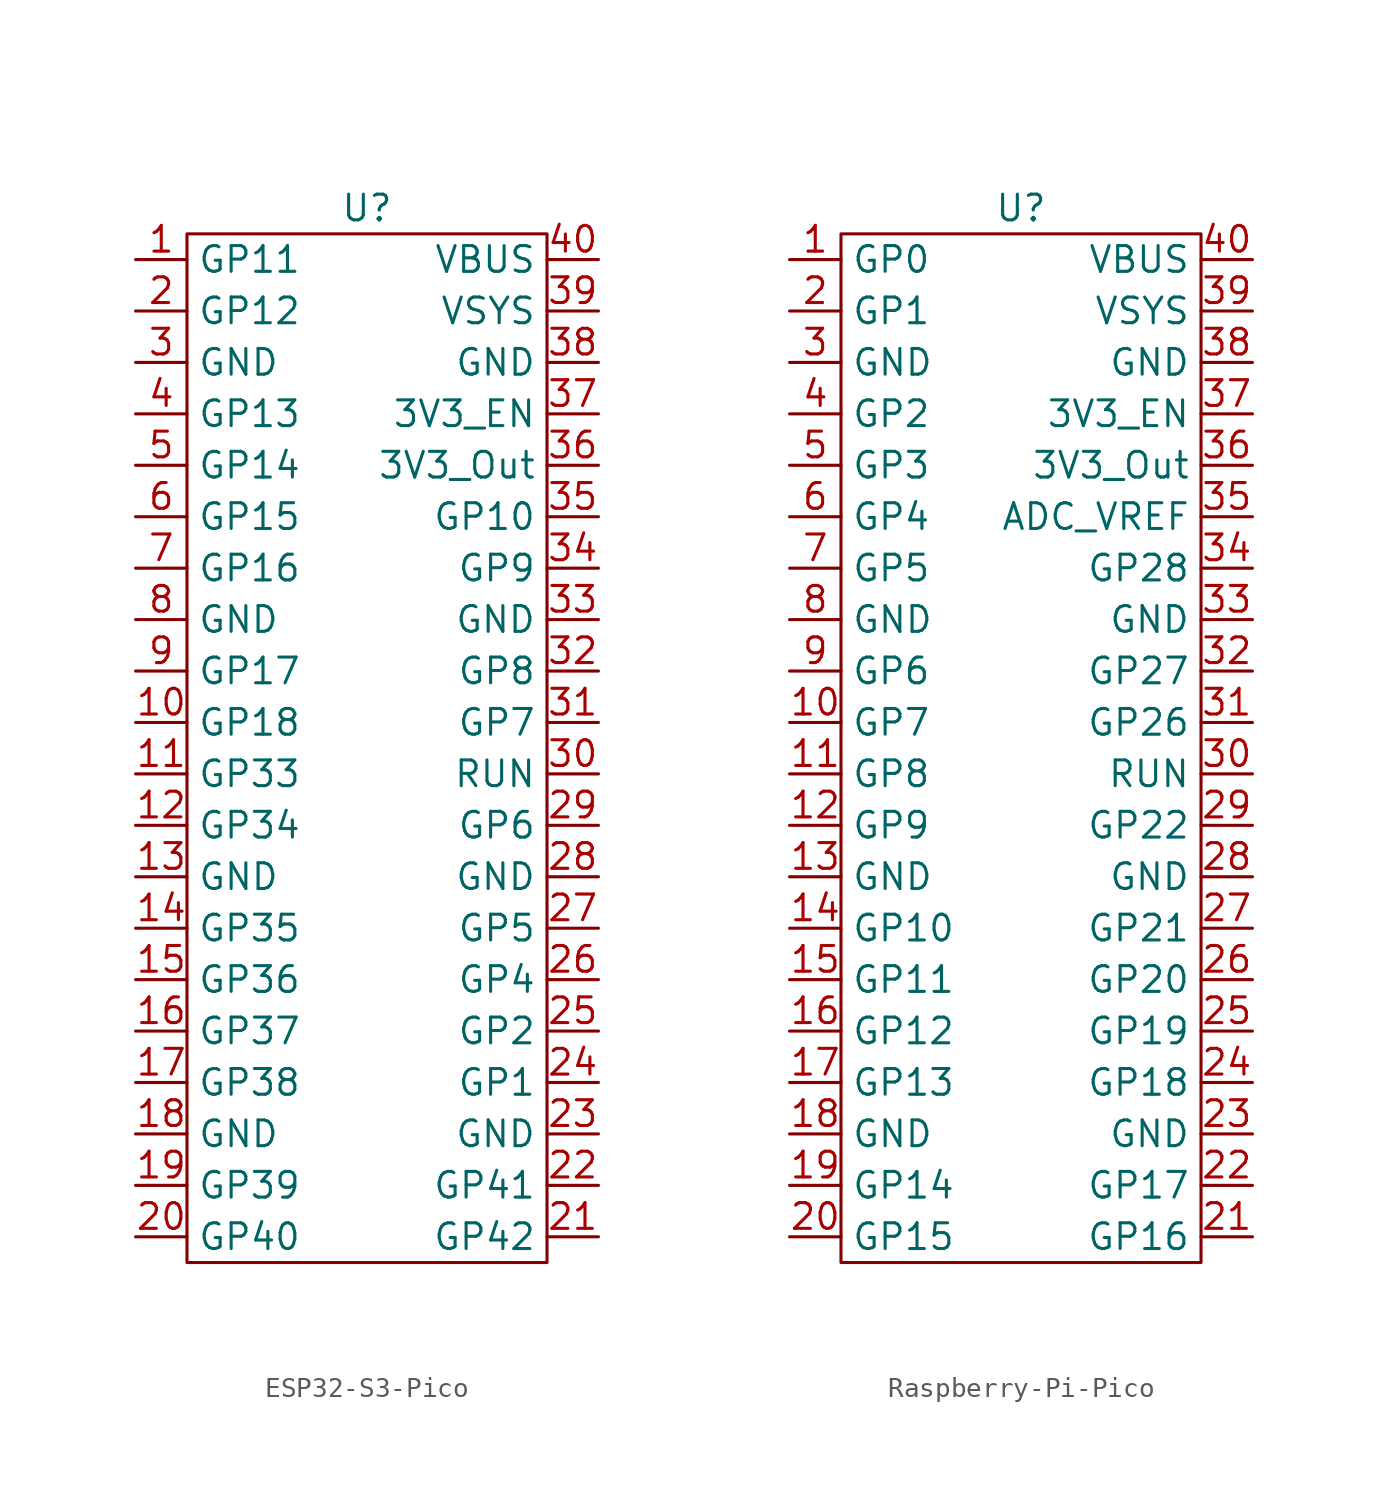
<source format=kicad_sym>
(kicad_symbol_lib
  (version 20220914)
  (generator kicad_symbol_editor)
  (symbol "ESP32-S3-Pico"
    (property "Reference" "U"
      (at 0 19.05 0)
      (effects (font (size 1.27 1.27))))
    (property "Value" ""
      (at 0 0 0)
      (effects (font (size 1.27 1.27))))
    (symbol "ESP32-S3-Pico_0_1"
      (rectangle (start -8.89 17.78) (end 8.89 -33.02) (stroke (width 0) (type default)) (fill (type none))))
    (symbol "ESP32-S3-Pico_1_1"
      (pin bidirectional line (at -11.43 16.51 0) (length 2.54) (name "GP11" (effects (font (size 1.27 1.27)))) (number "1" (effects (font (size 1.27 1.27)))))
      (pin bidirectional line (at -11.43 -6.35 0) (length 2.54) (name "GP18" (effects (font (size 1.27 1.27)))) (number "10" (effects (font (size 1.27 1.27)))))
      (pin bidirectional line (at -11.43 -8.89 0) (length 2.54) (name "GP33" (effects (font (size 1.27 1.27)))) (number "11" (effects (font (size 1.27 1.27)))))
      (pin bidirectional line (at -11.43 -11.43 0) (length 2.54) (name "GP34" (effects (font (size 1.27 1.27)))) (number "12" (effects (font (size 1.27 1.27)))))
      (pin power_in line (at -11.43 -13.97 0) (length 2.54) (name "GND" (effects (font (size 1.27 1.27)))) (number "13" (effects (font (size 1.27 1.27)))))
      (pin bidirectional line (at -11.43 -16.51 0) (length 2.54) (name "GP35" (effects (font (size 1.27 1.27)))) (number "14" (effects (font (size 1.27 1.27)))))
      (pin bidirectional line (at -11.43 -19.05 0) (length 2.54) (name "GP36" (effects (font (size 1.27 1.27)))) (number "15" (effects (font (size 1.27 1.27)))))
      (pin bidirectional line (at -11.43 -21.59 0) (length 2.54) (name "GP37" (effects (font (size 1.27 1.27)))) (number "16" (effects (font (size 1.27 1.27)))))
      (pin bidirectional line (at -11.43 -24.13 0) (length 2.54) (name "GP38" (effects (font (size 1.27 1.27)))) (number "17" (effects (font (size 1.27 1.27)))))
      (pin power_in line (at -11.43 -26.67 0) (length 2.54) (name "GND" (effects (font (size 1.27 1.27)))) (number "18" (effects (font (size 1.27 1.27)))))
      (pin bidirectional line (at -11.43 -29.21 0) (length 2.54) (name "GP39" (effects (font (size 1.27 1.27)))) (number "19" (effects (font (size 1.27 1.27)))))
      (pin bidirectional line (at -11.43 13.97 0) (length 2.54) (name "GP12" (effects (font (size 1.27 1.27)))) (number "2" (effects (font (size 1.27 1.27)))))
      (pin bidirectional line (at -11.43 -31.75 0) (length 2.54) (name "GP40" (effects (font (size 1.27 1.27)))) (number "20" (effects (font (size 1.27 1.27)))))
      (pin bidirectional line (at 11.43 -31.75 180) (length 2.54) (name "GP42" (effects (font (size 1.27 1.27)))) (number "21" (effects (font (size 1.27 1.27)))))
      (pin bidirectional line (at 11.43 -29.21 180) (length 2.54) (name "GP41" (effects (font (size 1.27 1.27)))) (number "22" (effects (font (size 1.27 1.27)))))
      (pin power_in line (at 11.43 -26.67 180) (length 2.54) (name "GND" (effects (font (size 1.27 1.27)))) (number "23" (effects (font (size 1.27 1.27)))))
      (pin bidirectional line (at 11.43 -24.13 180) (length 2.54) (name "GP1" (effects (font (size 1.27 1.27)))) (number "24" (effects (font (size 1.27 1.27)))))
      (pin bidirectional line (at 11.43 -21.59 180) (length 2.54) (name "GP2" (effects (font (size 1.27 1.27)))) (number "25" (effects (font (size 1.27 1.27)))))
      (pin bidirectional line (at 11.43 -19.05 180) (length 2.54) (name "GP4" (effects (font (size 1.27 1.27)))) (number "26" (effects (font (size 1.27 1.27)))))
      (pin bidirectional line (at 11.43 -16.51 180) (length 2.54) (name "GP5" (effects (font (size 1.27 1.27)))) (number "27" (effects (font (size 1.27 1.27)))))
      (pin power_in line (at 11.43 -13.97 180) (length 2.54) (name "GND" (effects (font (size 1.27 1.27)))) (number "28" (effects (font (size 1.27 1.27)))))
      (pin bidirectional line (at 11.43 -11.43 180) (length 2.54) (name "GP6" (effects (font (size 1.27 1.27)))) (number "29" (effects (font (size 1.27 1.27)))))
      (pin power_in line (at -11.43 11.43 0) (length 2.54) (name "GND" (effects (font (size 1.27 1.27)))) (number "3" (effects (font (size 1.27 1.27)))))
      (pin input line (at 11.43 -8.89 180) (length 2.54) (name "RUN" (effects (font (size 1.27 1.27)))) (number "30" (effects (font (size 1.27 1.27)))))
      (pin bidirectional line (at 11.43 -6.35 180) (length 2.54) (name "GP7" (effects (font (size 1.27 1.27)))) (number "31" (effects (font (size 1.27 1.27)))))
      (pin bidirectional line (at 11.43 -3.81 180) (length 2.54) (name "GP8" (effects (font (size 1.27 1.27)))) (number "32" (effects (font (size 1.27 1.27)))))
      (pin power_in line (at 11.43 -1.27 180) (length 2.54) (name "GND" (effects (font (size 1.27 1.27)))) (number "33" (effects (font (size 1.27 1.27)))))
      (pin bidirectional line (at 11.43 1.27 180) (length 2.54) (name "GP9" (effects (font (size 1.27 1.27)))) (number "34" (effects (font (size 1.27 1.27)))))
      (pin bidirectional line (at 11.43 3.81 180) (length 2.54) (name "GP10" (effects (font (size 1.27 1.27)))) (number "35" (effects (font (size 1.27 1.27)))))
      (pin power_out line (at 11.43 6.35 180) (length 2.54) (name "3V3_Out" (effects (font (size 1.27 1.27)))) (number "36" (effects (font (size 1.27 1.27)))))
      (pin input line (at 11.43 8.89 180) (length 2.54) (name "3V3_EN" (effects (font (size 1.27 1.27)))) (number "37" (effects (font (size 1.27 1.27)))))
      (pin power_in line (at 11.43 11.43 180) (length 2.54) (name "GND" (effects (font (size 1.27 1.27)))) (number "38" (effects (font (size 1.27 1.27)))))
      (pin power_in line (at 11.43 13.97 180) (length 2.54) (name "VSYS" (effects (font (size 1.27 1.27)))) (number "39" (effects (font (size 1.27 1.27)))))
      (pin bidirectional line (at -11.43 8.89 0) (length 2.54) (name "GP13" (effects (font (size 1.27 1.27)))) (number "4" (effects (font (size 1.27 1.27)))))
      (pin power_in line (at 11.43 16.51 180) (length 2.54) (name "VBUS" (effects (font (size 1.27 1.27)))) (number "40" (effects (font (size 1.27 1.27)))))
      (pin bidirectional line (at -11.43 6.35 0) (length 2.54) (name "GP14" (effects (font (size 1.27 1.27)))) (number "5" (effects (font (size 1.27 1.27)))))
      (pin bidirectional line (at -11.43 3.81 0) (length 2.54) (name "GP15" (effects (font (size 1.27 1.27)))) (number "6" (effects (font (size 1.27 1.27)))))
      (pin bidirectional line (at -11.43 1.27 0) (length 2.54) (name "GP16" (effects (font (size 1.27 1.27)))) (number "7" (effects (font (size 1.27 1.27)))))
      (pin power_in line (at -11.43 -1.27 0) (length 2.54) (name "GND" (effects (font (size 1.27 1.27)))) (number "8" (effects (font (size 1.27 1.27)))))
      (pin bidirectional line (at -11.43 -3.81 0) (length 2.54) (name "GP17" (effects (font (size 1.27 1.27)))) (number "9" (effects (font (size 1.27 1.27)))))))
  (symbol "Raspberry-Pi-Pico"
    (property "Reference" "U"
      (at 0 19.05 0)
      (effects (font (size 1.27 1.27))))
    (property "Value" ""
      (at 0 0 0)
      (effects (font (size 1.27 1.27))))
    (symbol "Raspberry-Pi-Pico_0_1"
      (rectangle (start -8.89 17.78) (end 8.89 -33.02) (stroke (width 0) (type default)) (fill (type none))))
    (symbol "Raspberry-Pi-Pico_1_1"
      (pin bidirectional line (at -11.43 16.51 0) (length 2.54) (name "GP0" (effects (font (size 1.27 1.27)))) (number "1" (effects (font (size 1.27 1.27)))))
      (pin bidirectional line (at -11.43 -6.35 0) (length 2.54) (name "GP7" (effects (font (size 1.27 1.27)))) (number "10" (effects (font (size 1.27 1.27)))))
      (pin bidirectional line (at -11.43 -8.89 0) (length 2.54) (name "GP8" (effects (font (size 1.27 1.27)))) (number "11" (effects (font (size 1.27 1.27)))))
      (pin bidirectional line (at -11.43 -11.43 0) (length 2.54) (name "GP9" (effects (font (size 1.27 1.27)))) (number "12" (effects (font (size 1.27 1.27)))))
      (pin power_in line (at -11.43 -13.97 0) (length 2.54) (name "GND" (effects (font (size 1.27 1.27)))) (number "13" (effects (font (size 1.27 1.27)))))
      (pin bidirectional line (at -11.43 -16.51 0) (length 2.54) (name "GP10" (effects (font (size 1.27 1.27)))) (number "14" (effects (font (size 1.27 1.27)))))
      (pin bidirectional line (at -11.43 -19.05 0) (length 2.54) (name "GP11" (effects (font (size 1.27 1.27)))) (number "15" (effects (font (size 1.27 1.27)))))
      (pin bidirectional line (at -11.43 -21.59 0) (length 2.54) (name "GP12" (effects (font (size 1.27 1.27)))) (number "16" (effects (font (size 1.27 1.27)))))
      (pin bidirectional line (at -11.43 -24.13 0) (length 2.54) (name "GP13" (effects (font (size 1.27 1.27)))) (number "17" (effects (font (size 1.27 1.27)))))
      (pin power_in line (at -11.43 -26.67 0) (length 2.54) (name "GND" (effects (font (size 1.27 1.27)))) (number "18" (effects (font (size 1.27 1.27)))))
      (pin bidirectional line (at -11.43 -29.21 0) (length 2.54) (name "GP14" (effects (font (size 1.27 1.27)))) (number "19" (effects (font (size 1.27 1.27)))))
      (pin bidirectional line (at -11.43 13.97 0) (length 2.54) (name "GP1" (effects (font (size 1.27 1.27)))) (number "2" (effects (font (size 1.27 1.27)))))
      (pin bidirectional line (at -11.43 -31.75 0) (length 2.54) (name "GP15" (effects (font (size 1.27 1.27)))) (number "20" (effects (font (size 1.27 1.27)))))
      (pin bidirectional line (at 11.43 -31.75 180) (length 2.54) (name "GP16" (effects (font (size 1.27 1.27)))) (number "21" (effects (font (size 1.27 1.27)))))
      (pin bidirectional line (at 11.43 -29.21 180) (length 2.54) (name "GP17" (effects (font (size 1.27 1.27)))) (number "22" (effects (font (size 1.27 1.27)))))
      (pin power_in line (at 11.43 -26.67 180) (length 2.54) (name "GND" (effects (font (size 1.27 1.27)))) (number "23" (effects (font (size 1.27 1.27)))))
      (pin bidirectional line (at 11.43 -24.13 180) (length 2.54) (name "GP18" (effects (font (size 1.27 1.27)))) (number "24" (effects (font (size 1.27 1.27)))))
      (pin bidirectional line (at 11.43 -21.59 180) (length 2.54) (name "GP19" (effects (font (size 1.27 1.27)))) (number "25" (effects (font (size 1.27 1.27)))))
      (pin bidirectional line (at 11.43 -19.05 180) (length 2.54) (name "GP20" (effects (font (size 1.27 1.27)))) (number "26" (effects (font (size 1.27 1.27)))))
      (pin bidirectional line (at 11.43 -16.51 180) (length 2.54) (name "GP21" (effects (font (size 1.27 1.27)))) (number "27" (effects (font (size 1.27 1.27)))))
      (pin power_in line (at 11.43 -13.97 180) (length 2.54) (name "GND" (effects (font (size 1.27 1.27)))) (number "28" (effects (font (size 1.27 1.27)))))
      (pin bidirectional line (at 11.43 -11.43 180) (length 2.54) (name "GP22" (effects (font (size 1.27 1.27)))) (number "29" (effects (font (size 1.27 1.27)))))
      (pin power_in line (at -11.43 11.43 0) (length 2.54) (name "GND" (effects (font (size 1.27 1.27)))) (number "3" (effects (font (size 1.27 1.27)))))
      (pin input line (at 11.43 -8.89 180) (length 2.54) (name "RUN" (effects (font (size 1.27 1.27)))) (number "30" (effects (font (size 1.27 1.27)))))
      (pin bidirectional line (at 11.43 -6.35 180) (length 2.54) (name "GP26" (effects (font (size 1.27 1.27)))) (number "31" (effects (font (size 1.27 1.27)))))
      (pin bidirectional line (at 11.43 -3.81 180) (length 2.54) (name "GP27" (effects (font (size 1.27 1.27)))) (number "32" (effects (font (size 1.27 1.27)))))
      (pin power_in line (at 11.43 -1.27 180) (length 2.54) (name "GND" (effects (font (size 1.27 1.27)))) (number "33" (effects (font (size 1.27 1.27)))))
      (pin bidirectional line (at 11.43 1.27 180) (length 2.54) (name "GP28" (effects (font (size 1.27 1.27)))) (number "34" (effects (font (size 1.27 1.27)))))
      (pin input line (at 11.43 3.81 180) (length 2.54) (name "ADC_VREF" (effects (font (size 1.27 1.27)))) (number "35" (effects (font (size 1.27 1.27)))))
      (pin power_out line (at 11.43 6.35 180) (length 2.54) (name "3V3_Out" (effects (font (size 1.27 1.27)))) (number "36" (effects (font (size 1.27 1.27)))))
      (pin input line (at 11.43 8.89 180) (length 2.54) (name "3V3_EN" (effects (font (size 1.27 1.27)))) (number "37" (effects (font (size 1.27 1.27)))))
      (pin power_in line (at 11.43 11.43 180) (length 2.54) (name "GND" (effects (font (size 1.27 1.27)))) (number "38" (effects (font (size 1.27 1.27)))))
      (pin power_in line (at 11.43 13.97 180) (length 2.54) (name "VSYS" (effects (font (size 1.27 1.27)))) (number "39" (effects (font (size 1.27 1.27)))))
      (pin bidirectional line (at -11.43 8.89 0) (length 2.54) (name "GP2" (effects (font (size 1.27 1.27)))) (number "4" (effects (font (size 1.27 1.27)))))
      (pin power_in line (at 11.43 16.51 180) (length 2.54) (name "VBUS" (effects (font (size 1.27 1.27)))) (number "40" (effects (font (size 1.27 1.27)))))
      (pin bidirectional line (at -11.43 6.35 0) (length 2.54) (name "GP3" (effects (font (size 1.27 1.27)))) (number "5" (effects (font (size 1.27 1.27)))))
      (pin bidirectional line (at -11.43 3.81 0) (length 2.54) (name "GP4" (effects (font (size 1.27 1.27)))) (number "6" (effects (font (size 1.27 1.27)))))
      (pin bidirectional line (at -11.43 1.27 0) (length 2.54) (name "GP5" (effects (font (size 1.27 1.27)))) (number "7" (effects (font (size 1.27 1.27)))))
      (pin power_in line (at -11.43 -1.27 0) (length 2.54) (name "GND" (effects (font (size 1.27 1.27)))) (number "8" (effects (font (size 1.27 1.27)))))
      (pin bidirectional line (at -11.43 -3.81 0) (length 2.54) (name "GP6" (effects (font (size 1.27 1.27)))) (number "9" (effects (font (size 1.27 1.27))))))))
</source>
